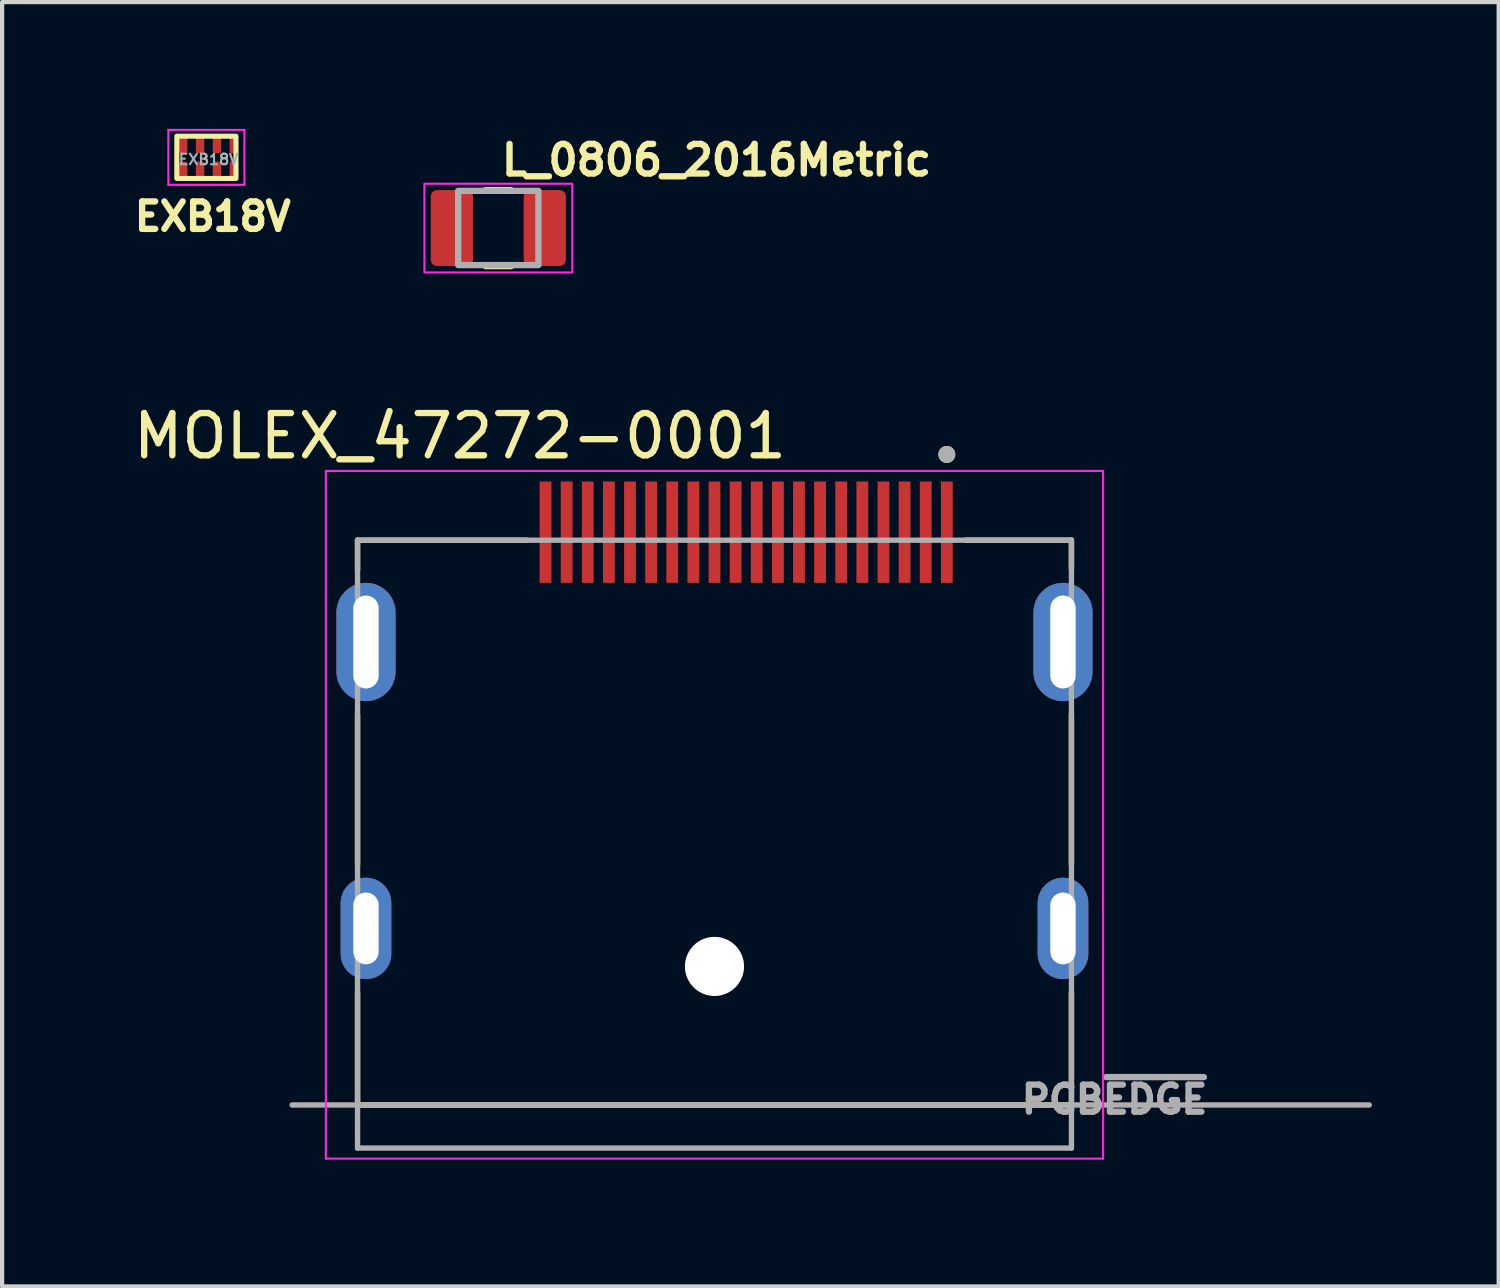
<source format=kicad_pcb>
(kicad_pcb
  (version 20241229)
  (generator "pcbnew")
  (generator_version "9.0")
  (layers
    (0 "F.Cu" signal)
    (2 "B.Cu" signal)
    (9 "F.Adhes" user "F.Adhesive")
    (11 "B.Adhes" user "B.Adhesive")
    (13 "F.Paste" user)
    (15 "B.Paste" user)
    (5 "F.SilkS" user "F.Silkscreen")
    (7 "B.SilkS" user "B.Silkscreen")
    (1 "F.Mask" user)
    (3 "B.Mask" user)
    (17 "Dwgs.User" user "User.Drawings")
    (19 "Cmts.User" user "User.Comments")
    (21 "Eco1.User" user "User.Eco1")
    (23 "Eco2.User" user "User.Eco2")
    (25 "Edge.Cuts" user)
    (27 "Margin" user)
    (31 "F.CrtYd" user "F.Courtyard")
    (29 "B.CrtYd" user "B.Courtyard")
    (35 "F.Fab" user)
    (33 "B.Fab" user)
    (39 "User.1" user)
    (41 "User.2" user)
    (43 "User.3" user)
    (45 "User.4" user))
  (footprint "L_0806_2016Metric"
    (layer "F.Cu")
    (at 8.747 2.35)
    (property "Reference" "L_0806_2016Metric" (at 0 -1.2 0) (layer "F.SilkS") (effects (font (size 0.7 0.7) (thickness 0.15)) (justify left bottom)))
    (attr smd)
    (fp_line (start -0.301 0.9) (end 0.299 0.9) (stroke (width 0.15) (type solid)) (layer "F.SilkS"))
    (fp_line (start -0.3 -0.9) (end 0.298 -0.9) (stroke (width 0.15) (type solid)) (layer "F.SilkS"))
    (fp_rect (start -1.75 -1.05) (end 1.75 1.05) (stroke (width 0.05) (type solid)) (fill no) (layer "F.CrtYd"))
    (fp_rect (start -0.951 -0.882) (end 0.949 0.875) (stroke (width 0.15) (type solid)) (fill no) (layer "F.Fab"))
    (fp_rect (start -1 -0.8) (end 1 0.8) (stroke (width 0.15) (type solid)) (fill no) (layer "User.5"))
    (fp_line (start -1 -0.8) (end -0.5 -0.8) (stroke (width 0.01) (type solid)) (layer "User.9"))
    (fp_line (start -1 0.8) (end -1 -0.8) (stroke (width 0.01) (type solid)) (layer "User.9"))
    (fp_line (start -1 0.8) (end -0.5 0.8) (stroke (width 0.01) (type solid)) (layer "User.9"))
    (fp_line (start -0.5 -0.784) (end 0.5 -0.784) (stroke (width 0.01) (type solid)) (layer "User.9"))
    (fp_line (start -0.5 0.784) (end 0.5 0.784) (stroke (width 0.01) (type solid)) (layer "User.9"))
    (fp_line (start -0.5 0.8) (end -0.5 -0.8) (stroke (width 0.01) (type solid)) (layer "User.9"))
    (fp_line (start 0.5 -0.8) (end 1 -0.8) (stroke (width 0.01) (type solid)) (layer "User.9"))
    (fp_line (start 0.5 0.8) (end 0.5 -0.8) (stroke (width 0.01) (type solid)) (layer "User.9"))
    (fp_line (start 0.5 0.8) (end 1 0.8) (stroke (width 0.01) (type solid)) (layer "User.9"))
    (fp_line (start 1 0.8) (end 1 -0.8) (stroke (width 0.01) (type solid)) (layer "User.9"))
    (pad "1" smd roundrect (at -1.1 -0.001) (size 1 1.8) (layers "F.Cu" "F.Mask" "F.Paste") (roundrect_rratio 0.15))
    (pad "2" smd roundrect (at 1.1 -0.001) (size 1 1.8) (layers "F.Cu" "F.Mask" "F.Paste") (roundrect_rratio 0.15)))
  (footprint "MOLEX_47272-0001"
    (layer "F.Cu")
    (at 13.864 23.108)
    (property "Reference" "MOLEX_47272-0001" (at -6.025 -15.835 0) (layer "F.SilkS") (effects (font (size 1 1) (thickness 0.15))))
    (attr through_hole)
    (fp_line (start -8.45 -13.37) (end -8.45 -12.67) (stroke (width 0.127) (type solid)) (layer "F.SilkS"))
    (fp_line (start -8.45 -9.24) (end -8.45 -5.69) (stroke (width 0.127) (type solid)) (layer "F.SilkS"))
    (fp_line (start -8.45 -2.66) (end -8.45 0) (stroke (width 0.127) (type solid)) (layer "F.SilkS"))
    (fp_line (start -8.45 0) (end 8.45 0) (stroke (width 0.127) (type solid)) (layer "F.SilkS"))
    (fp_line (start -4.45 -13.37) (end -8.45 -13.37) (stroke (width 0.127) (type solid)) (layer "F.SilkS"))
    (fp_line (start 8.45 -13.37) (end 5.95 -13.37) (stroke (width 0.127) (type solid)) (layer "F.SilkS"))
    (fp_line (start 8.45 -13.37) (end 8.45 -12.67) (stroke (width 0.127) (type solid)) (layer "F.SilkS"))
    (fp_line (start 8.45 -9.24) (end 8.45 -5.69) (stroke (width 0.127) (type solid)) (layer "F.SilkS"))
    (fp_line (start 8.45 -2.66) (end 8.45 0) (stroke (width 0.127) (type solid)) (layer "F.SilkS"))
    (fp_circle (center 5.5 -15.4) (end 5.6 -15.4) (stroke (width 0.2) (type solid)) (fill no) (layer "F.SilkS"))
    (fp_line (start -9.2 -15.01) (end 9.2 -15.01) (stroke (width 0.05) (type solid)) (layer "F.CrtYd"))
    (fp_line (start -9.2 1.27) (end -9.2 -15.01) (stroke (width 0.05) (type solid)) (layer "F.CrtYd"))
    (fp_line (start 9.2 -15.01) (end 9.2 1.27) (stroke (width 0.05) (type solid)) (layer "F.CrtYd"))
    (fp_line (start 9.2 1.27) (end -9.2 1.27) (stroke (width 0.05) (type solid)) (layer "F.CrtYd"))
    (fp_line (start -8.45 -13.37) (end 8.45 -13.37) (stroke (width 0.127) (type solid)) (layer "F.Fab"))
    (fp_line (start -8.45 1.02) (end -8.45 -13.37) (stroke (width 0.127) (type solid)) (layer "F.Fab"))
    (fp_line (start 8.45 -13.37) (end 8.45 1.02) (stroke (width 0.127) (type solid)) (layer "F.Fab"))
    (fp_line (start 8.45 1.02) (end -8.45 1.02) (stroke (width 0.127) (type solid)) (layer "F.Fab"))
    (fp_line (start 15.5 0) (end -10 0) (stroke (width 0.127) (type solid)) (layer "F.Fab"))
    (fp_circle (center 5.5 -15.4) (end 5.6 -15.4) (stroke (width 0.2) (type solid)) (fill no) (layer "F.Fab"))
    (fp_text user "PCB~{EDGE}" (at 9.47 -0.13 0) (layer "F.Fab") (effects (font (size 0.64 0.64) (thickness 0.15))))
    (pad "" np_thru_hole circle (at 0 -3.28) (size 1.4 1.4) (drill 1.4) (layers "*.Cu" "*.Mask"))
    (pad "1" smd rect (at 5.5 -13.56) (size 0.28 2.4) (layers "F.Cu" "F.Mask" "F.Paste"))
    (pad "2" smd rect (at 5 -13.56) (size 0.28 2.4) (layers "F.Cu" "F.Mask" "F.Paste"))
    (pad "3" smd rect (at 4.5 -13.56) (size 0.28 2.4) (layers "F.Cu" "F.Mask" "F.Paste"))
    (pad "4" smd rect (at 4 -13.56) (size 0.28 2.4) (layers "F.Cu" "F.Mask" "F.Paste"))
    (pad "5" smd rect (at 3.5 -13.56) (size 0.28 2.4) (layers "F.Cu" "F.Mask" "F.Paste"))
    (pad "6" smd rect (at 3 -13.56) (size 0.28 2.4) (layers "F.Cu" "F.Mask" "F.Paste"))
    (pad "7" smd rect (at 2.5 -13.56) (size 0.28 2.4) (layers "F.Cu" "F.Mask" "F.Paste"))
    (pad "8" smd rect (at 2 -13.56) (size 0.28 2.4) (layers "F.Cu" "F.Mask" "F.Paste"))
    (pad "9" smd rect (at 1.5 -13.56) (size 0.28 2.4) (layers "F.Cu" "F.Mask" "F.Paste"))
    (pad "10" smd rect (at 1 -13.56) (size 0.28 2.4) (layers "F.Cu" "F.Mask" "F.Paste"))
    (pad "11" smd rect (at 0.5 -13.56) (size 0.28 2.4) (layers "F.Cu" "F.Mask" "F.Paste"))
    (pad "12" smd rect (at 0 -13.56) (size 0.28 2.4) (layers "F.Cu" "F.Mask" "F.Paste"))
    (pad "13" smd rect (at -0.5 -13.56) (size 0.28 2.4) (layers "F.Cu" "F.Mask" "F.Paste"))
    (pad "14" smd rect (at -1 -13.56) (size 0.28 2.4) (layers "F.Cu" "F.Mask" "F.Paste"))
    (pad "15" smd rect (at -1.5 -13.56) (size 0.28 2.4) (layers "F.Cu" "F.Mask" "F.Paste"))
    (pad "16" smd rect (at -2 -13.56) (size 0.28 2.4) (layers "F.Cu" "F.Mask" "F.Paste"))
    (pad "17" smd rect (at -2.5 -13.56) (size 0.28 2.4) (layers "F.Cu" "F.Mask" "F.Paste"))
    (pad "18" smd rect (at -3 -13.56) (size 0.28 2.4) (layers "F.Cu" "F.Mask" "F.Paste"))
    (pad "19" smd rect (at -3.5 -13.56) (size 0.28 2.4) (layers "F.Cu" "F.Mask" "F.Paste"))
    (pad "20" smd rect (at -4 -13.56) (size 0.28 2.4) (layers "F.Cu" "F.Mask" "F.Paste"))
    (pad "SH" thru_hole oval (at -8.25 -10.96) (size 1.4 2.8) (drill oval 0.6 2.2) (layers "*.Cu" "*.Mask"))
    (pad "SH" thru_hole oval (at -8.25 -4.18) (size 1.2 2.4) (drill oval 0.6 1.7) (layers "*.Cu" "*.Mask"))
    (pad "SH" thru_hole oval (at 8.25 -10.96) (size 1.4 2.8) (drill oval 0.6 2.2) (layers "*.Cu" "*.Mask"))
    (pad "SH" thru_hole oval (at 8.25 -4.18) (size 1.2 2.4) (drill oval 0.6 1.7) (layers "*.Cu" "*.Mask")))
  (footprint "EXB18V"
    (layer "F.Cu")
    (at 1.886 0.675)
    (property "Reference" "EXB18V" (at 0.1 1.4 180) (layer "F.SilkS") (effects (font (size 0.65 0.65) (thickness 0.15))))
    (attr smd)
    (fp_rect (start -0.75 -0.5) (end 0.65 0.5) (stroke (width 0.12) (type solid)) (fill no) (layer "F.SilkS"))
    (fp_line (start -0.95 -0.65) (end 0.85 -0.65) (stroke (width 0.05) (type solid)) (layer "F.CrtYd"))
    (fp_line (start -0.95 0.65) (end -0.95 -0.65) (stroke (width 0.05) (type solid)) (layer "F.CrtYd"))
    (fp_line (start 0.85 -0.65) (end 0.85 0.65) (stroke (width 0.05) (type solid)) (layer "F.CrtYd"))
    (fp_line (start 0.85 0.65) (end -0.95 0.65) (stroke (width 0.05) (type solid)) (layer "F.CrtYd"))
    (fp_text user "${REFERENCE}" (at 0 0.05 0) (layer "F.Fab") (effects (font (size 0.25 0.25) (thickness 0.05))))
    (pad "1" smd roundrect (at -0.6 0.3) (size 0.2 0.4) (layers "F.Cu" "F.Mask" "F.Paste") (roundrect_rratio 0.25))
    (pad "2" smd roundrect (at -0.2 0.3) (size 0.2 0.4) (layers "F.Cu" "F.Mask" "F.Paste") (roundrect_rratio 0.25))
    (pad "3" smd roundrect (at 0.2 0.3) (size 0.2 0.4) (layers "F.Cu" "F.Mask" "F.Paste") (roundrect_rratio 0.25))
    (pad "4" smd roundrect (at 0.6 0.3) (size 0.2 0.4) (layers "F.Cu" "F.Mask" "F.Paste") (roundrect_rratio 0.25))
    (pad "5" smd roundrect (at 0.6 -0.3) (size 0.2 0.4) (layers "F.Cu" "F.Mask" "F.Paste") (roundrect_rratio 0.25))
    (pad "6" smd roundrect (at 0.2 -0.3) (size 0.2 0.4) (layers "F.Cu" "F.Mask" "F.Paste") (roundrect_rratio 0.25))
    (pad "7" smd roundrect (at -0.2 -0.3) (size 0.2 0.4) (layers "F.Cu" "F.Mask" "F.Paste") (roundrect_rratio 0.25))
    (pad "8" smd roundrect (at -0.6 -0.3) (size 0.2 0.4) (layers "F.Cu" "F.Mask" "F.Paste") (roundrect_rratio 0.25)))
  (gr_rect
    (start -3 -3)
    (end 32.428 27.403)
    (stroke (width 0.1) (type default))
    (fill no)
    (layer "Edge.Cuts")))
</source>
